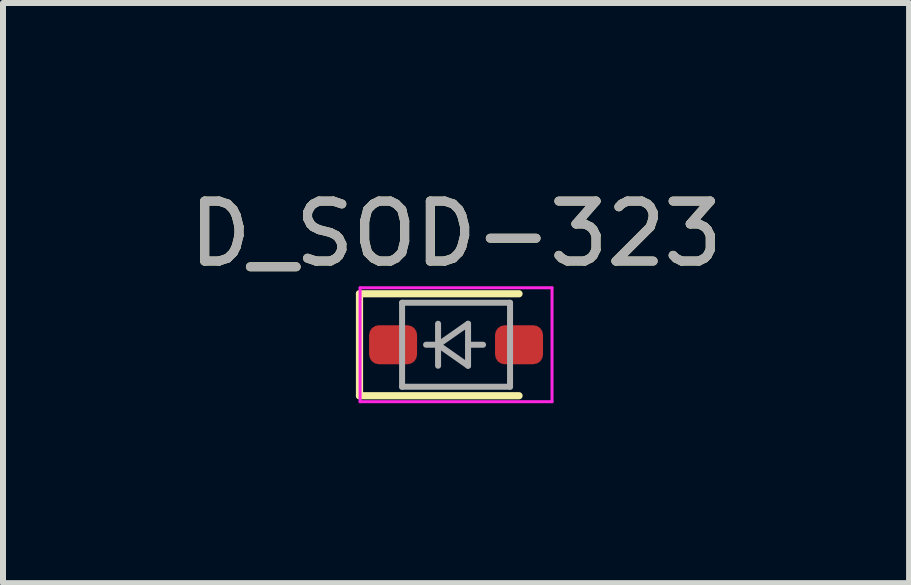
<source format=kicad_pcb>
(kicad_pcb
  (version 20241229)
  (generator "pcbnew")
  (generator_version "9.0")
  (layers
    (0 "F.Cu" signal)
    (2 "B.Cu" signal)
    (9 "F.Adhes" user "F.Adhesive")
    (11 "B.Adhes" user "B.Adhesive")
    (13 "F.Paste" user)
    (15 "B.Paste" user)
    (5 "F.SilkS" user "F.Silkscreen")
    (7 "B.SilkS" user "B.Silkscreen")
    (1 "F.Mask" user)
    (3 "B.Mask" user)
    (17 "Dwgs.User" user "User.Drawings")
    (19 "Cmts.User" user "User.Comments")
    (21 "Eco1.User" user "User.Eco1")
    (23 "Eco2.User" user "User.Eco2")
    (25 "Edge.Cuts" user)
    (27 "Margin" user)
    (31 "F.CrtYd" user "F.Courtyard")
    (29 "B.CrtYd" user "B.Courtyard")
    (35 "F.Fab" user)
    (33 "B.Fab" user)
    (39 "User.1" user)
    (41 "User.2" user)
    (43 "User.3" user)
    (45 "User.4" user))
  (footprint "D_SOD-323"
    (layer "F.Cu")
    (at 4.554 2.698)
    (property "Reference" "D_SOD-323" (at 0 -1.85 0) (layer "F.SilkS") (effects (font (size 1 1) (thickness 0.15))))
    (attr smd)
    (fp_line (start -1.61 -0.85) (end -1.61 0.85) (stroke (width 0.12) (type solid)) (layer "F.SilkS"))
    (fp_line (start -1.61 -0.85) (end 1.05 -0.85) (stroke (width 0.12) (type solid)) (layer "F.SilkS"))
    (fp_line (start -1.61 0.85) (end 1.05 0.85) (stroke (width 0.12) (type solid)) (layer "F.SilkS"))
    (fp_line (start -1.6 -0.95) (end -1.6 0.95) (stroke (width 0.05) (type solid)) (layer "F.CrtYd"))
    (fp_line (start -1.6 -0.95) (end 1.6 -0.95) (stroke (width 0.05) (type solid)) (layer "F.CrtYd"))
    (fp_line (start -1.6 0.95) (end 1.6 0.95) (stroke (width 0.05) (type solid)) (layer "F.CrtYd"))
    (fp_line (start 1.6 -0.95) (end 1.6 0.95) (stroke (width 0.05) (type solid)) (layer "F.CrtYd"))
    (fp_line (start -0.9 -0.7) (end 0.9 -0.7) (stroke (width 0.1) (type solid)) (layer "F.Fab"))
    (fp_line (start -0.9 0.7) (end -0.9 -0.7) (stroke (width 0.1) (type solid)) (layer "F.Fab"))
    (fp_line (start -0.3 -0.35) (end -0.3 0.35) (stroke (width 0.1) (type solid)) (layer "F.Fab"))
    (fp_line (start -0.3 0) (end -0.5 0) (stroke (width 0.1) (type solid)) (layer "F.Fab"))
    (fp_line (start -0.3 0) (end 0.2 -0.35) (stroke (width 0.1) (type solid)) (layer "F.Fab"))
    (fp_line (start 0.2 -0.35) (end 0.2 0.35) (stroke (width 0.1) (type solid)) (layer "F.Fab"))
    (fp_line (start 0.2 0) (end 0.45 0) (stroke (width 0.1) (type solid)) (layer "F.Fab"))
    (fp_line (start 0.2 0.35) (end -0.3 0) (stroke (width 0.1) (type solid)) (layer "F.Fab"))
    (fp_line (start 0.9 -0.7) (end 0.9 0.7) (stroke (width 0.1) (type solid)) (layer "F.Fab"))
    (fp_line (start 0.9 0.7) (end -0.9 0.7) (stroke (width 0.1) (type solid)) (layer "F.Fab"))
    (fp_text user "${REFERENCE}" (at 0 -1.85 0) (layer "F.Fab") (effects (font (size 1 1) (thickness 0.15))))
    (pad "1" smd roundrect (at -1.05 0) (size 0.8 0.65) (layers "F.Cu" "F.Mask" "F.Paste") (roundrect_rratio 0.25))
    (pad "2" smd roundrect (at 1.05 0) (size 0.8 0.65) (layers "F.Cu" "F.Mask" "F.Paste") (roundrect_rratio 0.25)))
  (gr_rect
    (start -3 -3)
    (end 12.107 6.673)
    (stroke (width 0.1) (type default))
    (fill no)
    (layer "Edge.Cuts")))
</source>
